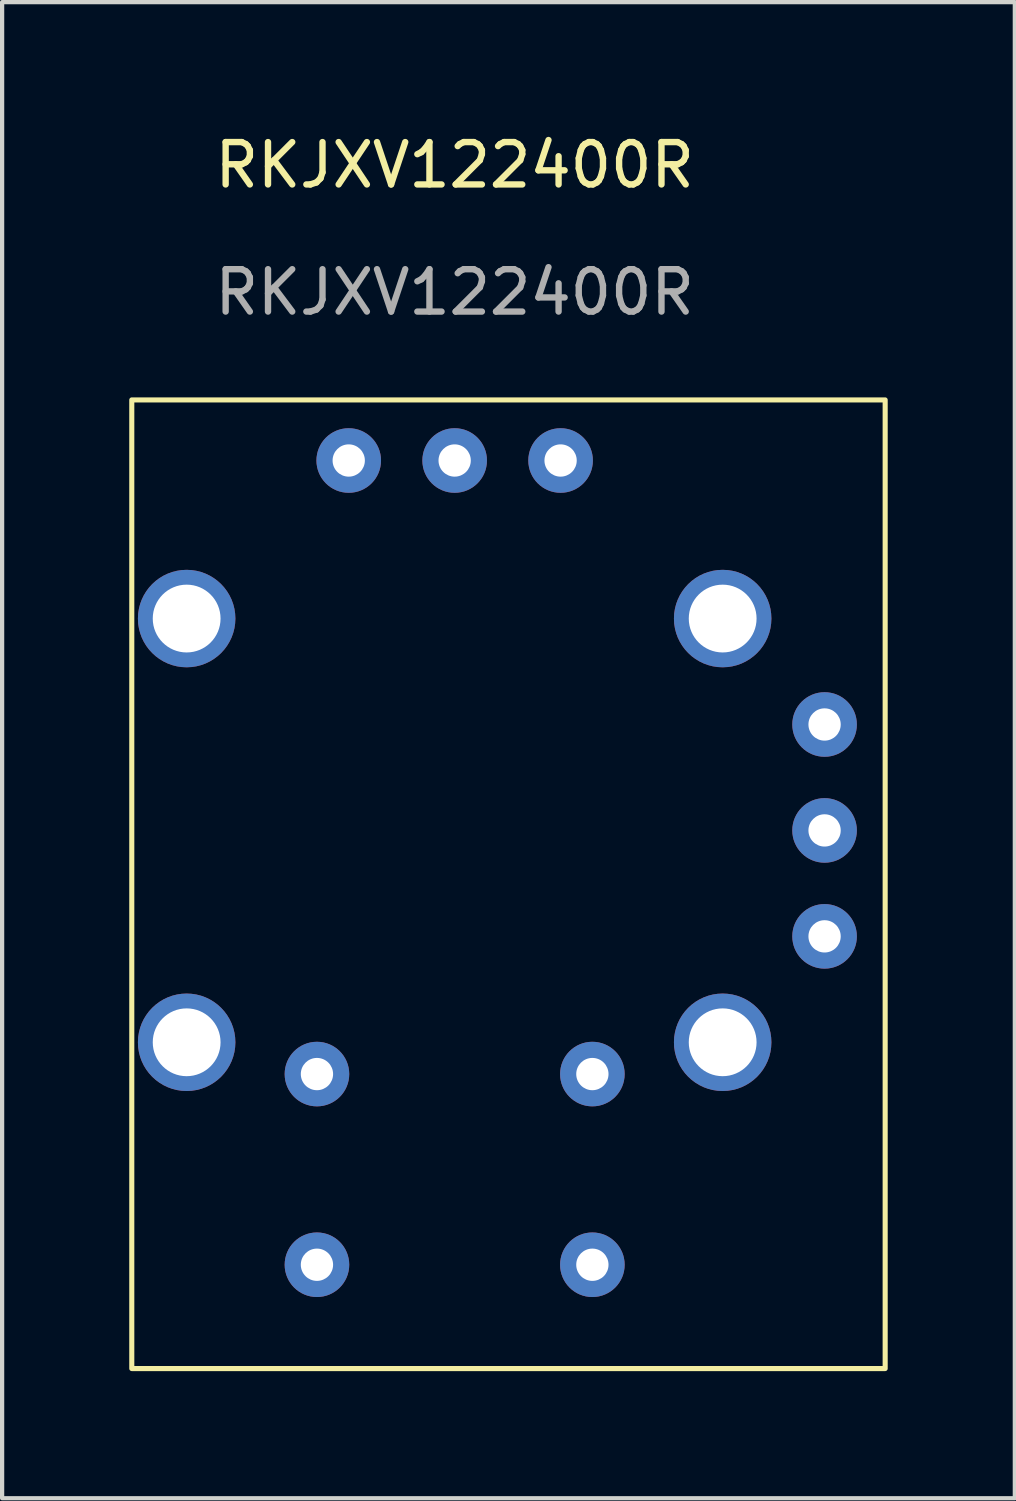
<source format=kicad_pcb>
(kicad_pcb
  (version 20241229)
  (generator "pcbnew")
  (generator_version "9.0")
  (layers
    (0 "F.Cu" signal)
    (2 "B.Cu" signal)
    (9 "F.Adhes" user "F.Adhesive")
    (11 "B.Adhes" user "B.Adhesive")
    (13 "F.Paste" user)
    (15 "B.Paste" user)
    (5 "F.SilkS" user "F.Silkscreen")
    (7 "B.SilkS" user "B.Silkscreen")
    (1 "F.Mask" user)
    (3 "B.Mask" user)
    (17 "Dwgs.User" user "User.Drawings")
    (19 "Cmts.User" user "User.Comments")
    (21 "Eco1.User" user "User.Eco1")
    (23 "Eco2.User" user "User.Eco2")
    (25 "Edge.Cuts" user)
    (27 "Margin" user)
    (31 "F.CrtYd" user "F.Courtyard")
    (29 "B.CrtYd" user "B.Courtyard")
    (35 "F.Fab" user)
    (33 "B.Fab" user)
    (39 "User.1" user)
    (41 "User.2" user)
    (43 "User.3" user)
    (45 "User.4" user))
  (footprint "RKJXV122400R"
    (layer "F.Cu")
    (at 7.68 16.548)
    (property "Reference" "RKJXV122400R" (at 0 -15.7 0) (unlocked yes) (layer "F.SilkS") (effects (font (size 1 1) (thickness 0.15))))
    (attr through_hole)
    (fp_rect (start -7.62 -10.16) (end 10.16 12.7) (stroke (width 0.12) (type solid)) (fill no) (layer "F.SilkS"))
    (fp_text user "${REFERENCE}" (at 0 -12.7 0) (unlocked yes) (layer "F.Fab") (effects (font (size 1 1) (thickness 0.15))))
    (pad "1" thru_hole circle (at -2.5 -8.73) (size 1.524 1.524) (drill 0.762) (layers "*.Cu" "*.Mask"))
    (pad "2" thru_hole circle (at 8.73 -2.5) (size 1.524 1.524) (drill 0.762) (layers "*.Cu" "*.Mask"))
    (pad "3" thru_hole circle (at 2.5 -8.73) (size 1.524 1.524) (drill 0.762) (layers "*.Cu" "*.Mask"))
    (pad "4" thru_hole circle (at 8.73 2.5) (size 1.524 1.524) (drill 0.762) (layers "*.Cu" "*.Mask"))
    (pad "5" thru_hole circle (at -6.325 -5) (size 2.3 2.3) (drill 1.6) (layers "*.Cu" "*.Mask"))
    (pad "5" thru_hole circle (at -6.325 5) (size 2.3 2.3) (drill 1.6) (layers "*.Cu" "*.Mask"))
    (pad "5" thru_hole circle (at 6.325 -5) (size 2.3 2.3) (drill 1.6) (layers "*.Cu" "*.Mask"))
    (pad "5" thru_hole circle (at 6.325 5) (size 2.3 2.3) (drill 1.6) (layers "*.Cu" "*.Mask"))
    (pad "6" thru_hole circle (at 8.73 0) (size 1.524 1.524) (drill 0.762) (layers "*.Cu" "*.Mask"))
    (pad "7" thru_hole circle (at 0 -8.73) (size 1.524 1.524) (drill 0.762) (layers "*.Cu" "*.Mask"))
    (pad "8" thru_hole circle (at -3.25 5.75) (size 1.524 1.524) (drill 0.762) (layers "*.Cu" "*.Mask"))
    (pad "8" thru_hole circle (at 3.25 5.75) (size 1.524 1.524) (drill 0.762) (layers "*.Cu" "*.Mask"))
    (pad "9" thru_hole circle (at -3.25 10.25) (size 1.524 1.524) (drill 0.762) (layers "*.Cu" "*.Mask"))
    (pad "9" thru_hole circle (at 3.25 10.25) (size 1.524 1.524) (drill 0.762) (layers "*.Cu" "*.Mask")))
  (gr_rect
    (start -3 -3)
    (end 20.9 32.308)
    (stroke (width 0.1) (type default))
    (fill no)
    (layer "Edge.Cuts")))
</source>
